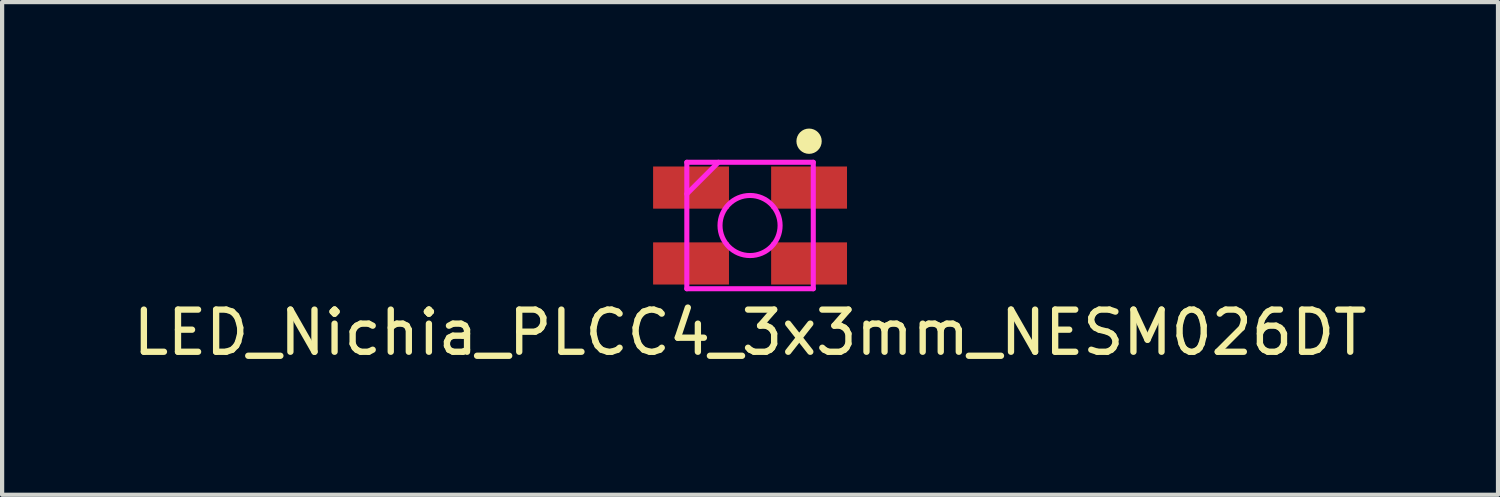
<source format=kicad_pcb>
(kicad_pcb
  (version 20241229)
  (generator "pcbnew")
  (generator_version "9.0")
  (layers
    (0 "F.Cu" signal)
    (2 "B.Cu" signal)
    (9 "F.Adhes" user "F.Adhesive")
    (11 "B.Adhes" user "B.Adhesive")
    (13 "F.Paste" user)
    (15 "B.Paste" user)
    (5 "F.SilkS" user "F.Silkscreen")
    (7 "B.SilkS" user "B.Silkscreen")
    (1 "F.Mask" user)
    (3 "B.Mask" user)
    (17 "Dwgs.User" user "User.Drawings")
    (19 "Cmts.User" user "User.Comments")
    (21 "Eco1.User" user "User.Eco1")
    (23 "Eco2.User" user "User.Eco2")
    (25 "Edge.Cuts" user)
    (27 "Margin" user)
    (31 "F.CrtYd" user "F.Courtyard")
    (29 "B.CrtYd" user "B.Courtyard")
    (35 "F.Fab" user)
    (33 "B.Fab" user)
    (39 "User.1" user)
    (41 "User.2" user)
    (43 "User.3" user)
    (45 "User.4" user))
  (footprint "LED_Nichia_PLCC4_3x3mm_NESM026DT"
    (layer "F.Cu")
    (at 14.744 2.3)
    (property "Reference" "LED_Nichia_PLCC4_3x3mm_NESM026DT" (at 0 2.54 0) (layer "F.SilkS") (effects (font (size 1 1) (thickness 0.15))))
    (attr through_hole)
    (fp_circle (center 1.4 -2) (end 1.55 -2) (stroke (width 0.3) (type solid)) (fill no) (layer "F.SilkS"))
    (fp_line (start -1.5 -1.5) (end -1.5 1.5) (stroke (width 0.12) (type solid)) (layer "F.CrtYd"))
    (fp_line (start -1.5 -1.5) (end 1.5 -1.5) (stroke (width 0.12) (type solid)) (layer "F.CrtYd"))
    (fp_line (start -1.5 -0.75) (end -0.75 -1.5) (stroke (width 0.12) (type solid)) (layer "F.CrtYd"))
    (fp_line (start -1.5 1.5) (end 1.5 1.5) (stroke (width 0.12) (type solid)) (layer "F.CrtYd"))
    (fp_line (start 1.5 -1.5) (end 1.5 1.5) (stroke (width 0.12) (type solid)) (layer "F.CrtYd"))
    (fp_circle (center 0 0) (end -0.051 -0.711) (stroke (width 0.12) (type solid)) (fill no) (layer "F.CrtYd"))
    (pad "1" smd rect (at 1.4 -0.9) (size 1.8 1) (layers "F.Cu" "F.Mask" "F.Paste"))
    (pad "2" smd rect (at -1.4 -0.9) (size 1.8 1) (layers "F.Cu" "F.Mask" "F.Paste"))
    (pad "3" smd rect (at -1.4 0.9) (size 1.8 1) (layers "F.Cu" "F.Mask" "F.Paste"))
    (pad "4" smd rect (at 1.4 0.9) (size 1.8 1) (layers "F.Cu" "F.Mask" "F.Paste")))
  (gr_rect
    (start -3 -3)
    (end 32.488 8.688)
    (stroke (width 0.1) (type default))
    (fill no)
    (layer "Edge.Cuts")))
</source>
